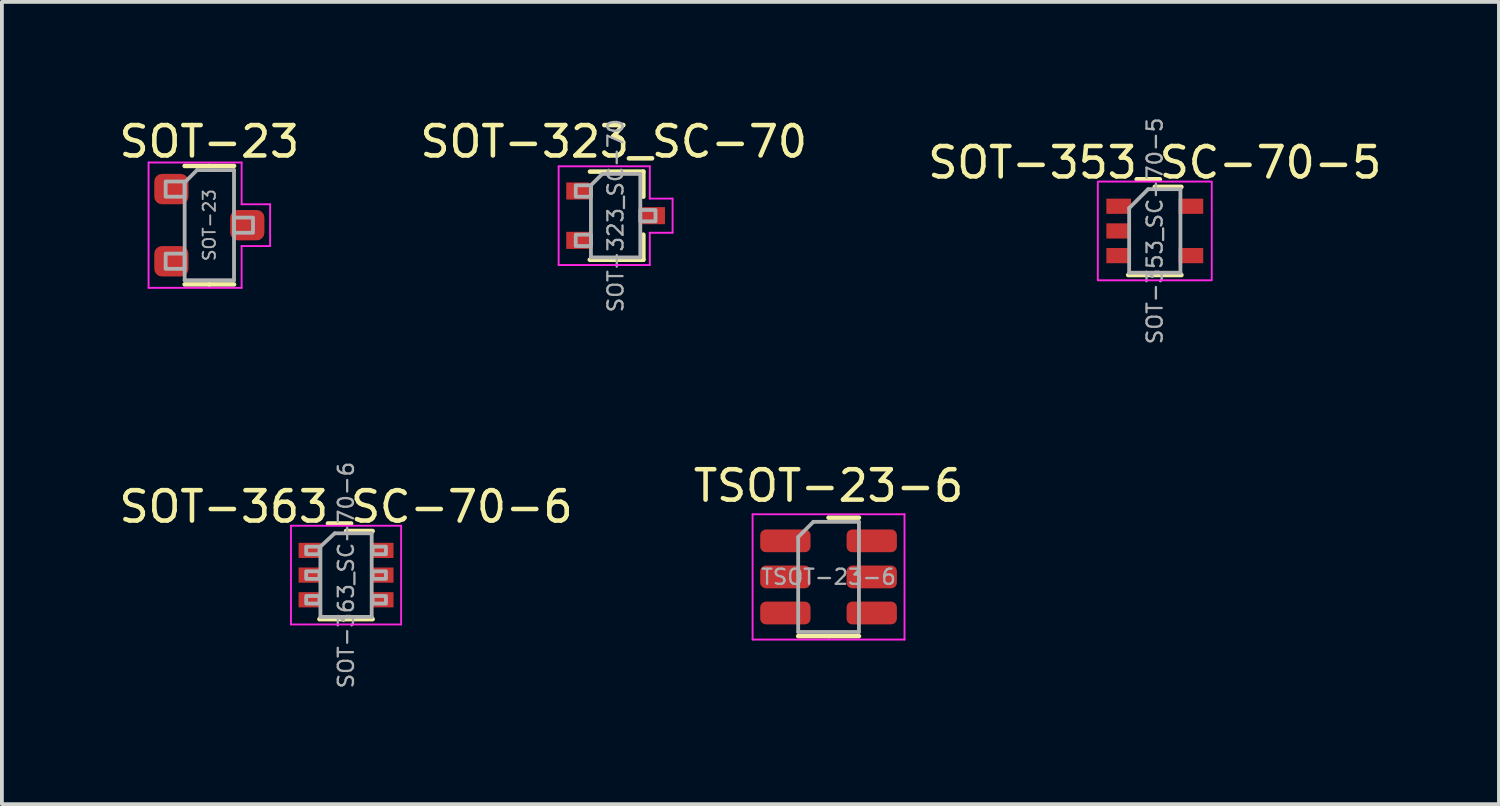
<source format=kicad_pcb>
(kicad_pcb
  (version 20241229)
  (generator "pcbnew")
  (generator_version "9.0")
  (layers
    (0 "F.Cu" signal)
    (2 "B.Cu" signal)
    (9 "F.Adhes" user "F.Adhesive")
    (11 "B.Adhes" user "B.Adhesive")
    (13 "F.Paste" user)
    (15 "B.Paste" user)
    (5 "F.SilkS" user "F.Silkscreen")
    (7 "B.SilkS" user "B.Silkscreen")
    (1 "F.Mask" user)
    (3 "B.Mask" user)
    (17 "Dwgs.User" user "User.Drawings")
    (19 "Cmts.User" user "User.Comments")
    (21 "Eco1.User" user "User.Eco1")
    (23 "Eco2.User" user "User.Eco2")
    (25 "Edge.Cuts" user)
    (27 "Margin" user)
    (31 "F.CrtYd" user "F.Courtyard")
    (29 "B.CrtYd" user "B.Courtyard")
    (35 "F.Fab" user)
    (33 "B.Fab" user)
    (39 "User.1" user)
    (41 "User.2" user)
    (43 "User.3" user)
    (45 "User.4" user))
  (footprint "TSOT-23-6"
    (layer "F.Cu")
    (at 18.767 12.141)
    (property "Reference" "TSOT-23-6" (at 0 -2.4 0) (layer "F.SilkS") (effects (font (size 0.8 0.8) (thickness 0.12))))
    (attr smd)
    (fp_line (start 0 -1.56) (end 0.8 -1.56) (stroke (width 0.12) (type solid)) (layer "F.SilkS"))
    (fp_line (start 0 1.56) (end -0.8 1.56) (stroke (width 0.12) (type solid)) (layer "F.SilkS"))
    (fp_line (start 0 1.56) (end 0.8 1.56) (stroke (width 0.12) (type solid)) (layer "F.SilkS"))
    (fp_line (start -2 -1.65) (end -2 1.65) (stroke (width 0.05) (type solid)) (layer "F.CrtYd"))
    (fp_line (start -2 1.65) (end 2 1.65) (stroke (width 0.05) (type solid)) (layer "F.CrtYd"))
    (fp_line (start 2 -1.65) (end -2 -1.65) (stroke (width 0.05) (type solid)) (layer "F.CrtYd"))
    (fp_line (start 2 1.65) (end 2 -1.65) (stroke (width 0.05) (type solid)) (layer "F.CrtYd"))
    (fp_line (start -0.8 -1.05) (end -0.4 -1.45) (stroke (width 0.1) (type solid)) (layer "F.Fab"))
    (fp_line (start -0.8 1.45) (end -0.8 -1.05) (stroke (width 0.1) (type solid)) (layer "F.Fab"))
    (fp_line (start -0.4 -1.45) (end 0.8 -1.45) (stroke (width 0.1) (type solid)) (layer "F.Fab"))
    (fp_line (start 0.8 -1.45) (end 0.8 1.45) (stroke (width 0.1) (type solid)) (layer "F.Fab"))
    (fp_line (start 0.8 1.45) (end -0.8 1.45) (stroke (width 0.1) (type solid)) (layer "F.Fab"))
    (fp_text user "${REFERENCE}" (at 0 0 0) (layer "F.Fab") (effects (font (size 0.4 0.4) (thickness 0.06))))
    (pad "1" smd roundrect (at -1.137 -0.95) (size 1.325 0.6) (layers "F.Cu" "F.Mask" "F.Paste") (roundrect_rratio 0.25))
    (pad "2" smd roundrect (at -1.137 0) (size 1.325 0.6) (layers "F.Cu" "F.Mask" "F.Paste") (roundrect_rratio 0.25))
    (pad "3" smd roundrect (at -1.137 0.95) (size 1.325 0.6) (layers "F.Cu" "F.Mask" "F.Paste") (roundrect_rratio 0.25))
    (pad "4" smd roundrect (at 1.137 0.95) (size 1.325 0.6) (layers "F.Cu" "F.Mask" "F.Paste") (roundrect_rratio 0.25))
    (pad "5" smd roundrect (at 1.137 0) (size 1.325 0.6) (layers "F.Cu" "F.Mask" "F.Paste") (roundrect_rratio 0.25))
    (pad "6" smd roundrect (at 1.137 -0.95) (size 1.325 0.6) (layers "F.Cu" "F.Mask" "F.Paste") (roundrect_rratio 0.25)))
  (footprint "SOT-23"
    (layer "F.Cu")
    (at 2.462 2.879)
    (property "Reference" "SOT-23" (at 0 -2.2 0) (layer "F.SilkS") (effects (font (size 0.8 0.8) (thickness 0.12))))
    (attr smd)
    (fp_line (start 0 -1.56) (end -0.65 -1.56) (stroke (width 0.12) (type solid)) (layer "F.SilkS"))
    (fp_line (start 0 -1.56) (end 0.65 -1.56) (stroke (width 0.12) (type solid)) (layer "F.SilkS"))
    (fp_line (start 0 1.56) (end -0.65 1.56) (stroke (width 0.12) (type solid)) (layer "F.SilkS"))
    (fp_line (start 0 1.56) (end 0.65 1.56) (stroke (width 0.12) (type solid)) (layer "F.SilkS"))
    (fp_line (start -1.6 -1.65) (end 0.85 -1.65) (stroke (width 0.05) (type solid)) (layer "F.CrtYd"))
    (fp_line (start -1.6 1.65) (end -1.6 -1.65) (stroke (width 0.05) (type solid)) (layer "F.CrtYd"))
    (fp_line (start 0.85 -1.65) (end 0.85 -0.55) (stroke (width 0.05) (type solid)) (layer "F.CrtYd"))
    (fp_line (start 0.85 -0.55) (end 1.6 -0.55) (stroke (width 0.05) (type solid)) (layer "F.CrtYd"))
    (fp_line (start 0.85 0.55) (end 0.85 1.65) (stroke (width 0.05) (type solid)) (layer "F.CrtYd"))
    (fp_line (start 0.85 1.65) (end -1.6 1.65) (stroke (width 0.05) (type solid)) (layer "F.CrtYd"))
    (fp_line (start 1.6 -0.55) (end 1.6 0.55) (stroke (width 0.05) (type solid)) (layer "F.CrtYd"))
    (fp_line (start 1.6 0.55) (end 0.85 0.55) (stroke (width 0.05) (type solid)) (layer "F.CrtYd"))
    (fp_line (start -0.65 -1.125) (end -0.325 -1.45) (stroke (width 0.1) (type solid)) (layer "F.Fab"))
    (fp_line (start -0.65 1.45) (end -0.65 -1.125) (stroke (width 0.1) (type solid)) (layer "F.Fab"))
    (fp_line (start -0.325 -1.45) (end 0.65 -1.45) (stroke (width 0.1) (type solid)) (layer "F.Fab"))
    (fp_line (start 0.65 -1.45) (end 0.65 1.45) (stroke (width 0.1) (type solid)) (layer "F.Fab"))
    (fp_line (start 0.65 1.45) (end -0.65 1.45) (stroke (width 0.1) (type solid)) (layer "F.Fab"))
    (fp_rect (start -1.15 -1.15) (end -0.65 -0.75) (stroke (width 0.1) (type solid)) (fill no) (layer "F.Fab"))
    (fp_rect (start -1.15 0.75) (end -0.65 1.15) (stroke (width 0.1) (type solid)) (fill no) (layer "F.Fab"))
    (fp_rect (start 0.65 -0.2) (end 1.15 0.2) (stroke (width 0.1) (type solid)) (fill no) (layer "F.Fab"))
    (fp_text user "${REFERENCE}" (at 0 0 90) (layer "F.Fab") (effects (font (size 0.32 0.32) (thickness 0.05))))
    (pad "1" smd roundrect (at -1 -0.95) (size 0.9 0.8) (layers "F.Cu" "F.Mask" "F.Paste") (roundrect_rratio 0.25))
    (pad "2" smd roundrect (at -1 0.95) (size 0.9 0.8) (layers "F.Cu" "F.Mask" "F.Paste") (roundrect_rratio 0.25))
    (pad "3" smd roundrect (at 1 0) (size 0.9 0.8) (layers "F.Cu" "F.Mask" "F.Paste") (roundrect_rratio 0.25)))
  (footprint "SOT-323_SC-70"
    (layer "F.Cu")
    (at 13.16 2.629)
    (property "Reference" "SOT-323_SC-70" (at -0.05 -1.95 0) (layer "F.SilkS") (effects (font (size 0.8 0.8) (thickness 0.12))))
    (attr smd)
    (fp_line (start -0.68 1.16) (end 0.73 1.16) (stroke (width 0.12) (type solid)) (layer "F.SilkS"))
    (fp_line (start 0.73 -1.16) (end -0.675 -1.16) (stroke (width 0.12) (type solid)) (layer "F.SilkS"))
    (fp_line (start 0.73 -1.16) (end 0.73 -0.5) (stroke (width 0.12) (type solid)) (layer "F.SilkS"))
    (fp_line (start 0.73 0.5) (end 0.73 1.16) (stroke (width 0.12) (type solid)) (layer "F.SilkS"))
    (fp_line (start -1.5 -1.3) (end 0.9 -1.3) (stroke (width 0.05) (type solid)) (layer "F.CrtYd"))
    (fp_line (start -1.5 1.3) (end -1.5 -1.3) (stroke (width 0.05) (type solid)) (layer "F.CrtYd"))
    (fp_line (start 0.9 -1.3) (end 0.9 -0.45) (stroke (width 0.05) (type solid)) (layer "F.CrtYd"))
    (fp_line (start 0.9 -0.45) (end 1.5 -0.45) (stroke (width 0.05) (type solid)) (layer "F.CrtYd"))
    (fp_line (start 0.9 0.45) (end 0.9 1.3) (stroke (width 0.05) (type solid)) (layer "F.CrtYd"))
    (fp_line (start 0.9 0.45) (end 1.5 0.45) (stroke (width 0.05) (type solid)) (layer "F.CrtYd"))
    (fp_line (start 0.9 1.3) (end -1.5 1.3) (stroke (width 0.05) (type solid)) (layer "F.CrtYd"))
    (fp_line (start 1.5 -0.45) (end 1.5 0.45) (stroke (width 0.05) (type solid)) (layer "F.CrtYd"))
    (fp_line (start -0.65 -0.8) (end -0.65 1.1) (stroke (width 0.1) (type solid)) (layer "F.Fab"))
    (fp_line (start -0.35 -1.1) (end -0.65 -0.8) (stroke (width 0.1) (type solid)) (layer "F.Fab"))
    (fp_line (start 0.65 -1.1) (end -0.35 -1.1) (stroke (width 0.1) (type solid)) (layer "F.Fab"))
    (fp_line (start 0.65 -1.1) (end 0.65 1.1) (stroke (width 0.1) (type solid)) (layer "F.Fab"))
    (fp_line (start 0.65 1.1) (end -0.65 1.1) (stroke (width 0.1) (type solid)) (layer "F.Fab"))
    (fp_rect (start -1.05 -0.8) (end -0.65 -0.5) (stroke (width 0.1) (type solid)) (fill no) (layer "F.Fab"))
    (fp_rect (start -1.05 0.5) (end -0.65 0.8) (stroke (width 0.1) (type solid)) (fill no) (layer "F.Fab"))
    (fp_rect (start 0.65 -0.15) (end 1.05 0.15) (stroke (width 0.1) (type solid)) (fill no) (layer "F.Fab"))
    (fp_text user "${REFERENCE}" (at 0 0 90) (layer "F.Fab") (effects (font (size 0.4 0.4) (thickness 0.06))))
    (pad "1" smd rect (at -1 -0.65 270) (size 0.45 0.6) (layers "F.Cu" "F.Mask" "F.Paste"))
    (pad "2" smd rect (at -1 0.65 270) (size 0.45 0.6) (layers "F.Cu" "F.Mask" "F.Paste"))
    (pad "3" smd rect (at 1 0 270) (size 0.45 0.6) (layers "F.Cu" "F.Mask" "F.Paste")))
  (footprint "SOT-363_SC-70-6"
    (layer "F.Cu")
    (at 6.062 12.093)
    (property "Reference" "SOT-363_SC-70-6" (at 0 -1.8 0) (layer "F.SilkS") (effects (font (size 0.8 0.8) (thickness 0.12))))
    (attr smd)
    (fp_line (start -0.7 1.16) (end 0.7 1.16) (stroke (width 0.12) (type solid)) (layer "F.SilkS"))
    (fp_line (start 0.7 -1.16) (end 0 -1.16) (stroke (width 0.12) (type solid)) (layer "F.SilkS"))
    (fp_line (start -1.45 -1.3) (end -1.45 1.3) (stroke (width 0.05) (type solid)) (layer "F.CrtYd"))
    (fp_line (start -1.45 -1.3) (end 1.45 -1.3) (stroke (width 0.05) (type solid)) (layer "F.CrtYd"))
    (fp_line (start -1.45 1.3) (end 1.45 1.3) (stroke (width 0.05) (type solid)) (layer "F.CrtYd"))
    (fp_line (start 1.45 1.3) (end 1.45 -1.3) (stroke (width 0.05) (type solid)) (layer "F.CrtYd"))
    (fp_line (start -0.675 -0.75) (end -0.675 1.1) (stroke (width 0.1) (type solid)) (layer "F.Fab"))
    (fp_line (start -0.3 -1.1) (end -0.675 -0.75) (stroke (width 0.1) (type solid)) (layer "F.Fab"))
    (fp_line (start 0.675 -1.1) (end -0.3 -1.1) (stroke (width 0.1) (type solid)) (layer "F.Fab"))
    (fp_line (start 0.675 -1.1) (end 0.675 1.1) (stroke (width 0.1) (type solid)) (layer "F.Fab"))
    (fp_line (start 0.675 1.1) (end -0.675 1.1) (stroke (width 0.1) (type solid)) (layer "F.Fab"))
    (fp_rect (start -1.05 -0.75) (end -0.7 -0.55) (stroke (width 0.1) (type solid)) (fill no) (layer "F.Fab"))
    (fp_rect (start -1.05 -0.1) (end -0.7 0.1) (stroke (width 0.1) (type solid)) (fill no) (layer "F.Fab"))
    (fp_rect (start -1.05 0.55) (end -0.7 0.75) (stroke (width 0.1) (type solid)) (fill no) (layer "F.Fab"))
    (fp_rect (start 0.7 -0.75) (end 1.05 -0.55) (stroke (width 0.1) (type solid)) (fill no) (layer "F.Fab"))
    (fp_rect (start 0.7 -0.1) (end 1.05 0.1) (stroke (width 0.1) (type solid)) (fill no) (layer "F.Fab"))
    (fp_rect (start 0.7 0.55) (end 1.05 0.75) (stroke (width 0.1) (type solid)) (fill no) (layer "F.Fab"))
    (fp_text user "${REFERENCE}" (at 0 0 90) (layer "F.Fab") (effects (font (size 0.4 0.4) (thickness 0.06))))
    (pad "1" smd rect (at -0.95 -0.65) (size 0.6 0.4) (layers "F.Cu" "F.Mask" "F.Paste"))
    (pad "2" smd rect (at -0.95 0) (size 0.6 0.4) (layers "F.Cu" "F.Mask" "F.Paste"))
    (pad "3" smd rect (at -0.95 0.65) (size 0.6 0.4) (layers "F.Cu" "F.Mask" "F.Paste"))
    (pad "4" smd rect (at 0.95 0.65) (size 0.6 0.4) (layers "F.Cu" "F.Mask" "F.Paste"))
    (pad "5" smd rect (at 0.95 0) (size 0.6 0.4) (layers "F.Cu" "F.Mask" "F.Paste"))
    (pad "6" smd rect (at 0.95 -0.65) (size 0.6 0.4) (layers "F.Cu" "F.Mask" "F.Paste")))
  (footprint "SOT-353_SC-70-5"
    (layer "F.Cu")
    (at 27.357 3.031)
    (property "Reference" "SOT-353_SC-70-5" (at 0 -1.8 0) (layer "F.SilkS") (effects (font (size 0.8 0.8) (thickness 0.12))))
    (attr smd)
    (fp_line (start -0.7 1.16) (end 0.7 1.16) (stroke (width 0.12) (type solid)) (layer "F.SilkS"))
    (fp_line (start 0.7 -1.16) (end 0 -1.16) (stroke (width 0.12) (type solid)) (layer "F.SilkS"))
    (fp_rect (start -1.5 -1.3) (end 1.5 1.3) (stroke (width 0.05) (type solid)) (fill no) (layer "F.CrtYd"))
    (fp_line (start -0.675 -0.6) (end -0.675 1.1) (stroke (width 0.1) (type solid)) (layer "F.Fab"))
    (fp_line (start -0.175 -1.1) (end -0.675 -0.6) (stroke (width 0.1) (type solid)) (layer "F.Fab"))
    (fp_line (start 0.675 -1.1) (end -0.175 -1.1) (stroke (width 0.1) (type solid)) (layer "F.Fab"))
    (fp_line (start 0.675 -1.1) (end 0.675 1.1) (stroke (width 0.1) (type solid)) (layer "F.Fab"))
    (fp_line (start 0.675 1.1) (end -0.675 1.1) (stroke (width 0.1) (type solid)) (layer "F.Fab"))
    (fp_text user "${REFERENCE}" (at 0 0 90) (layer "F.Fab") (effects (font (size 0.4 0.4) (thickness 0.06))))
    (pad "1" smd rect (at -0.95 -0.65) (size 0.65 0.4) (layers "F.Cu" "F.Mask" "F.Paste"))
    (pad "2" smd rect (at -0.95 0) (size 0.65 0.4) (layers "F.Cu" "F.Mask" "F.Paste"))
    (pad "3" smd rect (at -0.95 0.65) (size 0.65 0.4) (layers "F.Cu" "F.Mask" "F.Paste"))
    (pad "4" smd rect (at 0.95 0.65) (size 0.65 0.4) (layers "F.Cu" "F.Mask" "F.Paste"))
    (pad "5" smd rect (at 0.95 -0.65) (size 0.65 0.4) (layers "F.Cu" "F.Mask" "F.Paste")))
  (gr_rect
    (start -3 -3)
    (end 36.419 18.124)
    (stroke (width 0.1) (type default))
    (fill no)
    (layer "Edge.Cuts")))
</source>
